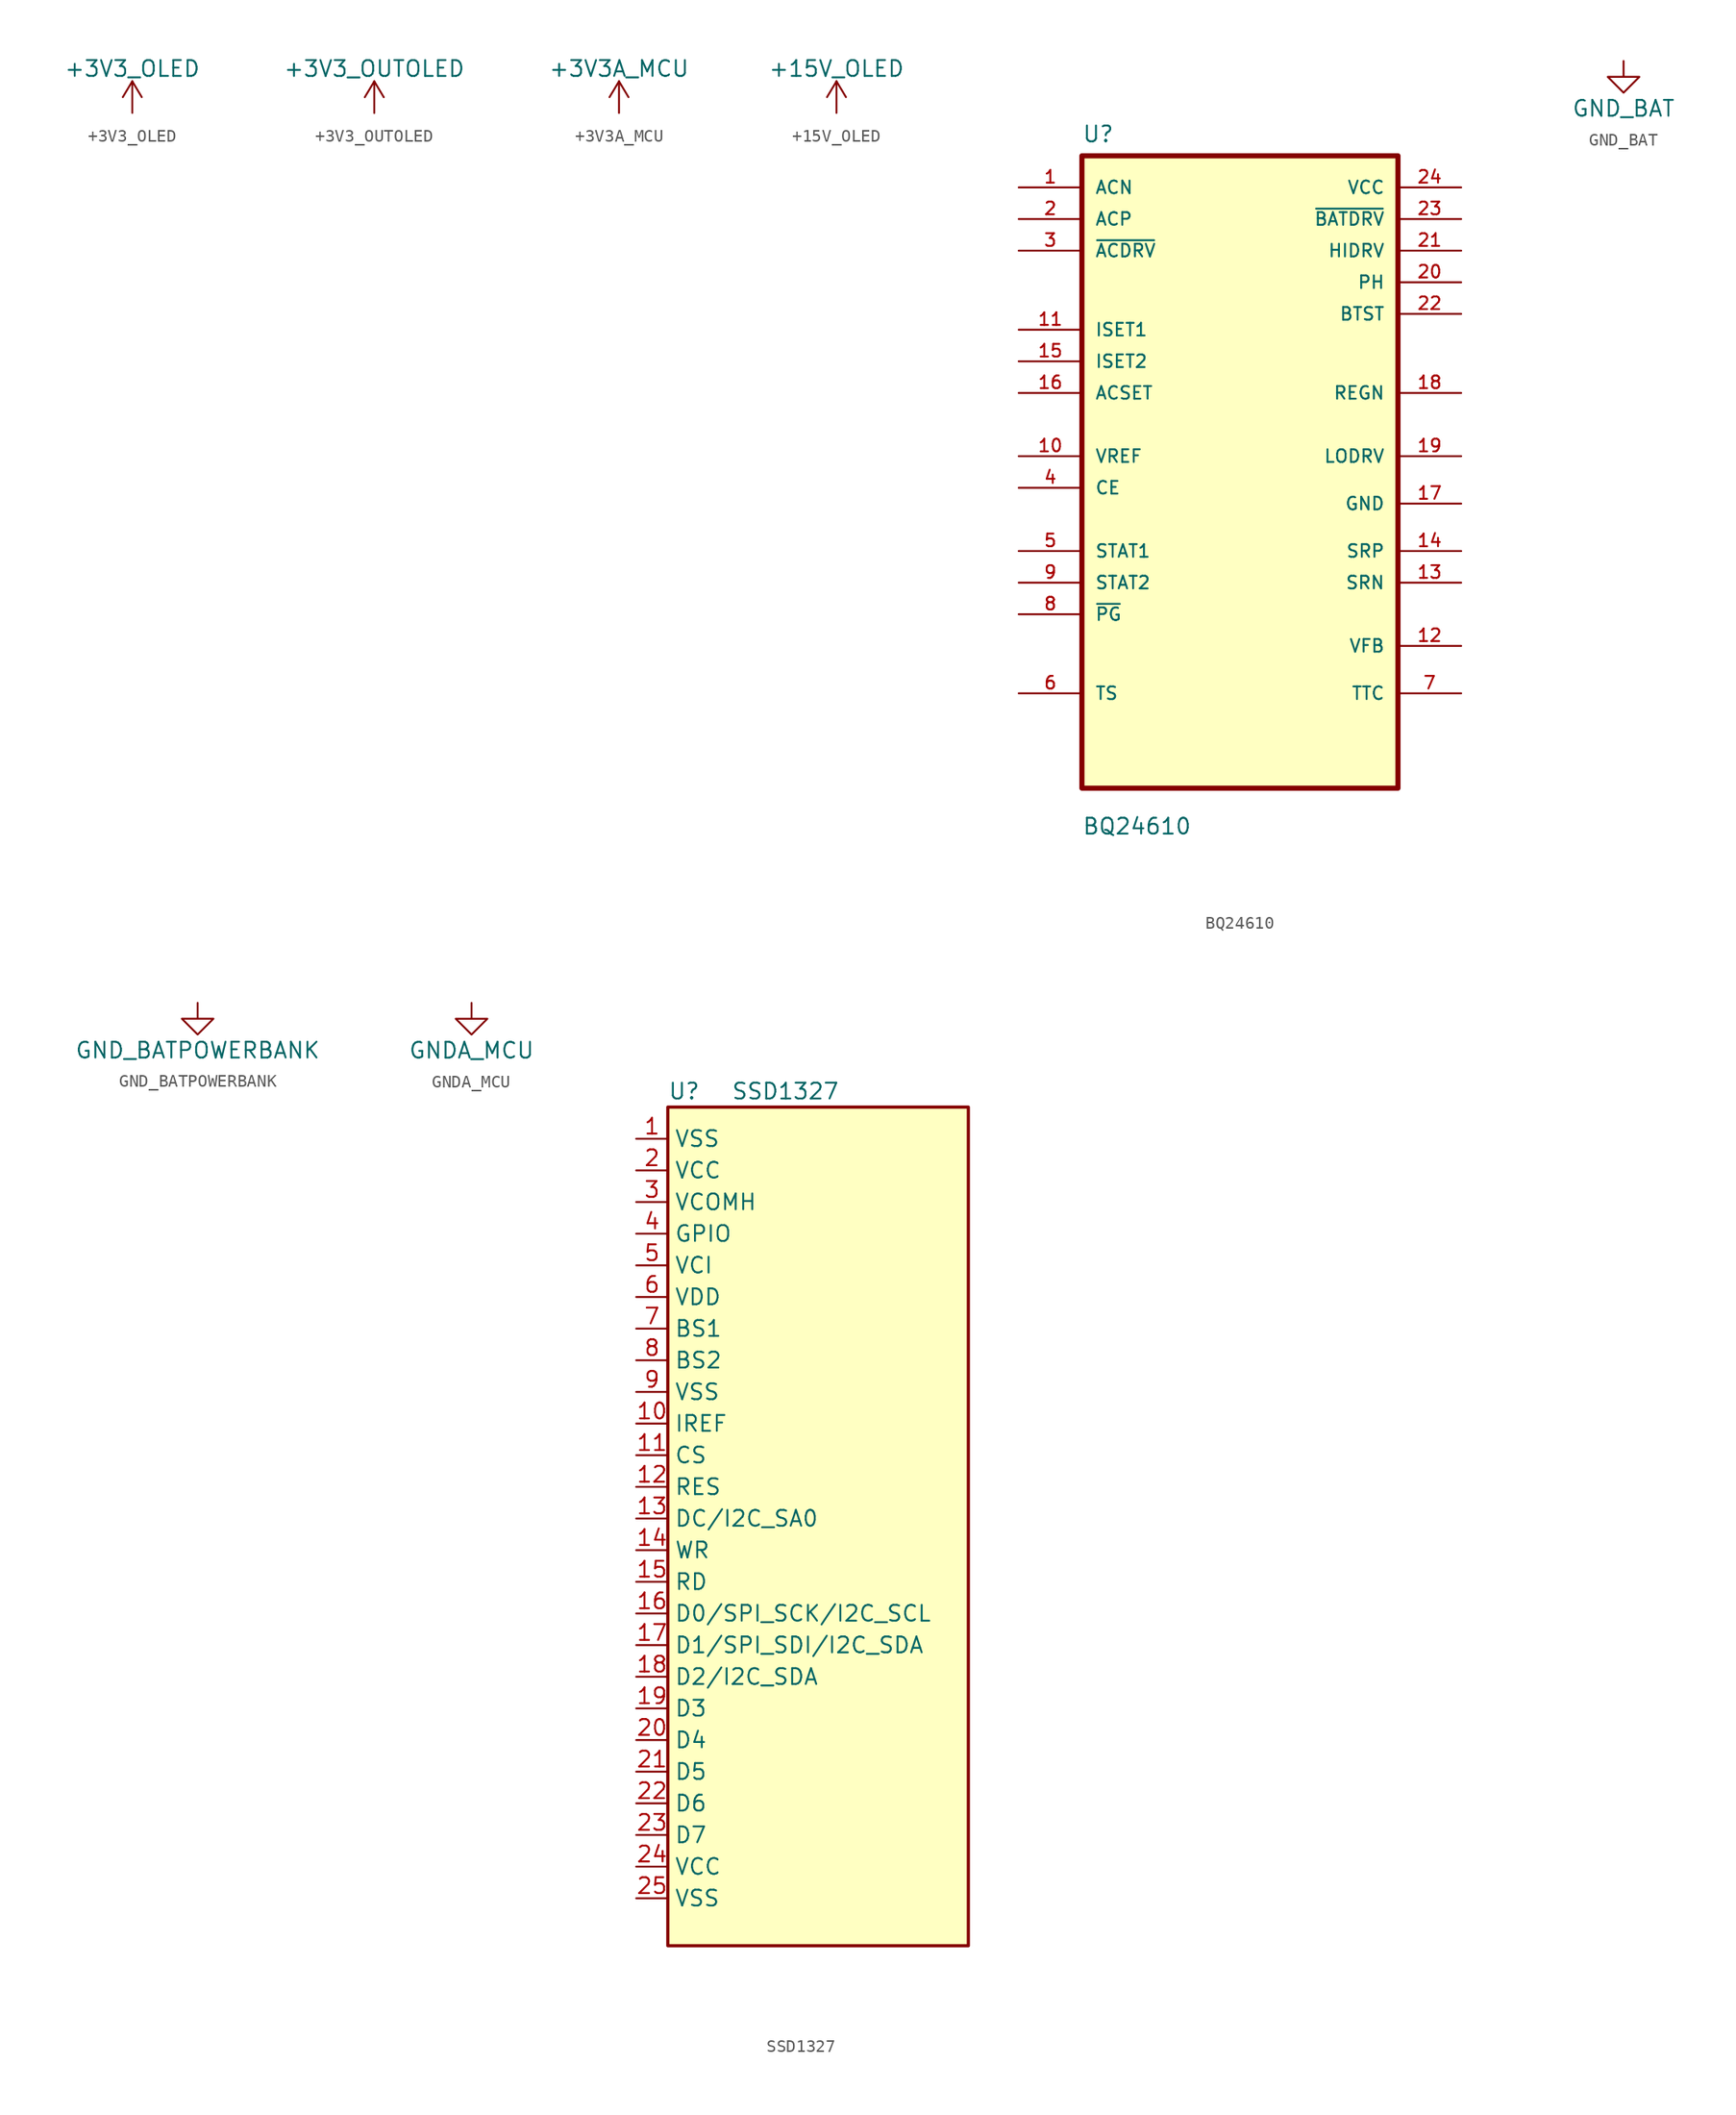
<source format=kicad_sym>
(kicad_symbol_lib
  (version 20220914)
  (generator kicad_symbol_editor)
  (symbol "+3V3_OLED"
    (power)
    (pin_names
      (offset 0))
    (property "Reference" "#PWR"
      (at 0 -3.81 0)
      (effects (font (size 1.27 1.27)) hide))
    (property "Value" "+3V3_OLED"
      (at 0 3.556 0)
      (effects (font (size 1.27 1.27))))
    (symbol "+3V3_OLED_0_1"
      (polyline (pts (xy -0.762 1.27) (xy 0 2.54)) (stroke (width 0) (type default)) (fill (type none)))
      (polyline (pts (xy 0 0) (xy 0 2.54)) (stroke (width 0) (type default)) (fill (type none)))
      (polyline (pts (xy 0 2.54) (xy 0.762 1.27)) (stroke (width 0) (type default)) (fill (type none))))
    (symbol "+3V3_OLED_1_1"
      (pin power_in line (at 0 0 90) (length 0) hide (name "+3V3_OLED" (effects (font (size 1.27 1.27)))) (number "1" (effects (font (size 1.27 1.27)))))))
  (symbol "+3V3_OUTOLED"
    (power)
    (pin_names
      (offset 0))
    (property "Reference" "#PWR"
      (at 0 -3.81 0)
      (effects (font (size 1.27 1.27)) hide))
    (property "Value" "+3V3_OUTOLED"
      (at 0 3.556 0)
      (effects (font (size 1.27 1.27))))
    (symbol "+3V3_OUTOLED_0_1"
      (polyline (pts (xy -0.762 1.27) (xy 0 2.54)) (stroke (width 0) (type default)) (fill (type none)))
      (polyline (pts (xy 0 0) (xy 0 2.54)) (stroke (width 0) (type default)) (fill (type none)))
      (polyline (pts (xy 0 2.54) (xy 0.762 1.27)) (stroke (width 0) (type default)) (fill (type none))))
    (symbol "+3V3_OUTOLED_1_1"
      (pin power_in line (at 0 0 90) (length 0) hide (name "+3V3_OUTOLED" (effects (font (size 1.27 1.27)))) (number "1" (effects (font (size 1.27 1.27)))))))
  (symbol "+3V3A_MCU"
    (power)
    (pin_names
      (offset 0))
    (property "Reference" "#PWR"
      (at 0 -3.81 0)
      (effects (font (size 1.27 1.27)) hide))
    (property "Value" "+3V3A_MCU"
      (at 0 3.556 0)
      (effects (font (size 1.27 1.27))))
    (symbol "+3V3A_MCU_0_1"
      (polyline (pts (xy -0.762 1.27) (xy 0 2.54)) (stroke (width 0) (type default)) (fill (type none)))
      (polyline (pts (xy 0 0) (xy 0 2.54)) (stroke (width 0) (type default)) (fill (type none)))
      (polyline (pts (xy 0 2.54) (xy 0.762 1.27)) (stroke (width 0) (type default)) (fill (type none))))
    (symbol "+3V3A_MCU_1_1"
      (pin power_in line (at 0 0 90) (length 0) hide (name "+3V3A_MCU" (effects (font (size 1.27 1.27)))) (number "1" (effects (font (size 1.27 1.27)))))))
  (symbol "+15V_OLED"
    (power)
    (pin_names
      (offset 0))
    (property "Reference" "#PWR"
      (at 0 -3.81 0)
      (effects (font (size 1.27 1.27)) hide))
    (property "Value" "+15V_OLED"
      (at 0 3.556 0)
      (effects (font (size 1.27 1.27))))
    (symbol "+15V_OLED_0_1"
      (polyline (pts (xy -0.762 1.27) (xy 0 2.54)) (stroke (width 0) (type default)) (fill (type none)))
      (polyline (pts (xy 0 0) (xy 0 2.54)) (stroke (width 0) (type default)) (fill (type none)))
      (polyline (pts (xy 0 2.54) (xy 0.762 1.27)) (stroke (width 0) (type default)) (fill (type none))))
    (symbol "+15V_OLED_1_1"
      (pin power_in line (at 0 0 90) (length 0) hide (name "+15V_OLED" (effects (font (size 1.27 1.27)))) (number "1" (effects (font (size 1.27 1.27)))))))
  (symbol "BQ24610"
    (pin_names
      (offset 1.016))
    (property "Reference" "U"
      (at 0 1 0)
      (effects (font (size 1.27 1.27)) (justify left bottom)))
    (property "Value" "BQ24610"
      (at 0 -54.61 0)
      (effects (font (size 1.27 1.27)) (justify left bottom)))
    (symbol "BQ24610_0_0"
      (rectangle (start 0 0) (end 25.4 -50.8) (stroke (width 0.41) (type default)) (fill (type background)))
      (pin bidirectional line (at -5.08 -2.54 0) (length 5.08) (name "ACN" (effects (font (size 1.016 1.016)))) (number "1" (effects (font (size 1.016 1.016)))))
      (pin output line (at -5.08 -24.13 0) (length 5.08) (name "VREF" (effects (font (size 1.016 1.016)))) (number "10" (effects (font (size 1.016 1.016)))))
      (pin input line (at -5.08 -13.97 0) (length 5.08) (name "ISET1" (effects (font (size 1.016 1.016)))) (number "11" (effects (font (size 1.016 1.016)))))
      (pin bidirectional line (at 30.48 -39.37 180) (length 5.08) (name "VFB" (effects (font (size 1.016 1.016)))) (number "12" (effects (font (size 1.016 1.016)))))
      (pin bidirectional line (at 30.48 -34.29 180) (length 5.08) (name "SRN" (effects (font (size 1.016 1.016)))) (number "13" (effects (font (size 1.016 1.016)))))
      (pin bidirectional line (at 30.48 -31.75 180) (length 5.08) (name "SRP" (effects (font (size 1.016 1.016)))) (number "14" (effects (font (size 1.016 1.016)))))
      (pin input line (at -5.08 -16.51 0) (length 5.08) (name "ISET2" (effects (font (size 1.016 1.016)))) (number "15" (effects (font (size 1.016 1.016)))))
      (pin input line (at -5.08 -19.05 0) (length 5.08) (name "ACSET" (effects (font (size 1.016 1.016)))) (number "16" (effects (font (size 1.016 1.016)))))
      (pin power_in line (at 30.48 -27.94 180) (length 5.08) (name "GND" (effects (font (size 1.016 1.016)))) (number "17" (effects (font (size 1.016 1.016)))))
      (pin output line (at 30.48 -19.05 180) (length 5.08) (name "REGN" (effects (font (size 1.016 1.016)))) (number "18" (effects (font (size 1.016 1.016)))))
      (pin output line (at 30.48 -24.13 180) (length 5.08) (name "LODRV" (effects (font (size 1.016 1.016)))) (number "19" (effects (font (size 1.016 1.016)))))
      (pin bidirectional line (at -5.08 -5.08 0) (length 5.08) (name "ACP" (effects (font (size 1.016 1.016)))) (number "2" (effects (font (size 1.016 1.016)))))
      (pin power_in line (at 30.48 -10.16 180) (length 5.08) (name "PH" (effects (font (size 1.016 1.016)))) (number "20" (effects (font (size 1.016 1.016)))))
      (pin output line (at 30.48 -7.62 180) (length 5.08) (name "HIDRV" (effects (font (size 1.016 1.016)))) (number "21" (effects (font (size 1.016 1.016)))))
      (pin power_in line (at 30.48 -12.7 180) (length 5.08) (name "BTST" (effects (font (size 1.016 1.016)))) (number "22" (effects (font (size 1.016 1.016)))))
      (pin output line (at 30.48 -5.08 180) (length 5.08) (name "~{BATDRV}" (effects (font (size 1.016 1.016)))) (number "23" (effects (font (size 1.016 1.016)))))
      (pin power_in line (at 30.48 -2.54 180) (length 5.08) (name "VCC" (effects (font (size 1.016 1.016)))) (number "24" (effects (font (size 1.016 1.016)))))
      (pin output line (at -5.08 -7.62 0) (length 5.08) (name "~{ACDRV}" (effects (font (size 1.016 1.016)))) (number "3" (effects (font (size 1.016 1.016)))))
      (pin input line (at -5.08 -26.67 0) (length 5.08) (name "CE" (effects (font (size 1.016 1.016)))) (number "4" (effects (font (size 1.016 1.016)))))
      (pin bidirectional line (at -5.08 -31.75 0) (length 5.08) (name "STAT1" (effects (font (size 1.016 1.016)))) (number "5" (effects (font (size 1.016 1.016)))))
      (pin input line (at -5.08 -43.18 0) (length 5.08) (name "TS" (effects (font (size 1.016 1.016)))) (number "6" (effects (font (size 1.016 1.016)))))
      (pin input line (at 30.48 -43.18 180) (length 5.08) (name "TTC" (effects (font (size 1.016 1.016)))) (number "7" (effects (font (size 1.016 1.016)))))
      (pin output line (at -5.08 -36.83 0) (length 5.08) (name "~{PG}" (effects (font (size 1.016 1.016)))) (number "8" (effects (font (size 1.016 1.016)))))
      (pin bidirectional line (at -5.08 -34.29 0) (length 5.08) (name "STAT2" (effects (font (size 1.016 1.016)))) (number "9" (effects (font (size 1.016 1.016)))))))
  (symbol "GND_BAT"
    (power)
    (pin_names
      (offset 0))
    (property "Reference" "#PWR"
      (at 0 -6.35 0)
      (effects (font (size 1.27 1.27)) hide))
    (property "Value" "GND_BAT"
      (at 0 -3.81 0)
      (effects (font (size 1.27 1.27))))
    (symbol "GND_BAT_0_1"
      (polyline (pts (xy 0 0) (xy 0 -1.27) (xy 1.27 -1.27) (xy 0 -2.54) (xy -1.27 -1.27) (xy 0 -1.27)) (stroke (width 0) (type default)) (fill (type none))))
    (symbol "GND_BAT_1_1"
      (pin power_in line (at 0 0 270) (length 0) hide (name "GND" (effects (font (size 1.27 1.27)))) (number "1" (effects (font (size 1.27 1.27)))))))
  (symbol "GND_BATPOWERBANK"
    (power)
    (pin_names
      (offset 0))
    (property "Reference" "#PWR"
      (at 0 -6.35 0)
      (effects (font (size 1.27 1.27)) hide))
    (property "Value" "GND_BATPOWERBANK"
      (at 0 -3.81 0)
      (effects (font (size 1.27 1.27))))
    (symbol "GND_BATPOWERBANK_0_1"
      (polyline (pts (xy 0 0) (xy 0 -1.27) (xy 1.27 -1.27) (xy 0 -2.54) (xy -1.27 -1.27) (xy 0 -1.27)) (stroke (width 0) (type default)) (fill (type none))))
    (symbol "GND_BATPOWERBANK_1_1"
      (pin power_in line (at 0 0 270) (length 0) hide (name "GND_BATPOWERBANK" (effects (font (size 1.27 1.27)))) (number "1" (effects (font (size 1.27 1.27)))))))
  (symbol "GNDA_MCU"
    (power)
    (pin_names
      (offset 0))
    (property "Reference" "#PWR"
      (at 0 -6.35 0)
      (effects (font (size 1.27 1.27)) hide))
    (property "Value" "GNDA_MCU"
      (at 0 -3.81 0)
      (effects (font (size 1.27 1.27))))
    (symbol "GNDA_MCU_0_1"
      (polyline (pts (xy 0 0) (xy 0 -1.27) (xy 1.27 -1.27) (xy 0 -2.54) (xy -1.27 -1.27) (xy 0 -1.27)) (stroke (width 0) (type default)) (fill (type none))))
    (symbol "GNDA_MCU_1_1"
      (pin power_in line (at 0 0 270) (length 0) hide (name "GNDA_MCU" (effects (font (size 1.27 1.27)))) (number "1" (effects (font (size 1.27 1.27)))))))
  (symbol "SSD1327"
    (property "Reference" "U"
      (at 0 1.27 0)
      (effects (font (size 1.27 1.27)) (justify left)))
    (property "Value" "SSD1327"
      (at 5.08 1.27 0)
      (effects (font (size 1.27 1.27)) (justify left)))
    (symbol "SSD1327_0_1"
      (rectangle (start 0 0) (end 24.13 -67.31) (stroke (width 0.254) (type default)) (fill (type background))))
    (symbol "SSD1327_1_0"
      (pin bidirectional line (at -2.54 -2.54 0) (length 2.54) (name "VSS" (effects (font (size 1.27 1.27)))) (number "1" (effects (font (size 1.27 1.27)))))
      (pin bidirectional line (at -2.54 -25.4 0) (length 2.54) (name "IREF" (effects (font (size 1.27 1.27)))) (number "10" (effects (font (size 1.27 1.27)))))
      (pin bidirectional line (at -2.54 -27.94 0) (length 2.54) (name "CS" (effects (font (size 1.27 1.27)))) (number "11" (effects (font (size 1.27 1.27)))))
      (pin bidirectional line (at -2.54 -30.48 0) (length 2.54) (name "RES" (effects (font (size 1.27 1.27)))) (number "12" (effects (font (size 1.27 1.27)))))
      (pin bidirectional line (at -2.54 -33.02 0) (length 2.54) (name "DC/I2C_SA0" (effects (font (size 1.27 1.27)))) (number "13" (effects (font (size 1.27 1.27)))))
      (pin bidirectional line (at -2.54 -35.56 0) (length 2.54) (name "WR" (effects (font (size 1.27 1.27)))) (number "14" (effects (font (size 1.27 1.27)))))
      (pin bidirectional line (at -2.54 -38.1 0) (length 2.54) (name "RD" (effects (font (size 1.27 1.27)))) (number "15" (effects (font (size 1.27 1.27)))))
      (pin bidirectional line (at -2.54 -40.64 0) (length 2.54) (name "D0/SPI_SCK/I2C_SCL" (effects (font (size 1.27 1.27)))) (number "16" (effects (font (size 1.27 1.27)))))
      (pin bidirectional line (at -2.54 -43.18 0) (length 2.54) (name "D1/SPI_SDI/I2C_SDA" (effects (font (size 1.27 1.27)))) (number "17" (effects (font (size 1.27 1.27)))))
      (pin bidirectional line (at -2.54 -45.72 0) (length 2.54) (name "D2/I2C_SDA" (effects (font (size 1.27 1.27)))) (number "18" (effects (font (size 1.27 1.27)))))
      (pin bidirectional line (at -2.54 -48.26 0) (length 2.54) (name "D3" (effects (font (size 1.27 1.27)))) (number "19" (effects (font (size 1.27 1.27)))))
      (pin bidirectional line (at -2.54 -5.08 0) (length 2.54) (name "VCC" (effects (font (size 1.27 1.27)))) (number "2" (effects (font (size 1.27 1.27)))))
      (pin bidirectional line (at -2.54 -50.8 0) (length 2.54) (name "D4" (effects (font (size 1.27 1.27)))) (number "20" (effects (font (size 1.27 1.27)))))
      (pin bidirectional line (at -2.54 -53.34 0) (length 2.54) (name "D5" (effects (font (size 1.27 1.27)))) (number "21" (effects (font (size 1.27 1.27)))))
      (pin bidirectional line (at -2.54 -55.88 0) (length 2.54) (name "D6" (effects (font (size 1.27 1.27)))) (number "22" (effects (font (size 1.27 1.27)))))
      (pin bidirectional line (at -2.54 -58.42 0) (length 2.54) (name "D7" (effects (font (size 1.27 1.27)))) (number "23" (effects (font (size 1.27 1.27)))))
      (pin bidirectional line (at -2.54 -60.96 0) (length 2.54) (name "VCC" (effects (font (size 1.27 1.27)))) (number "24" (effects (font (size 1.27 1.27)))))
      (pin bidirectional line (at -2.54 -63.5 0) (length 2.54) (name "VSS" (effects (font (size 1.27 1.27)))) (number "25" (effects (font (size 1.27 1.27)))))
      (pin bidirectional line (at -2.54 -7.62 0) (length 2.54) (name "VCOMH" (effects (font (size 1.27 1.27)))) (number "3" (effects (font (size 1.27 1.27)))))
      (pin bidirectional line (at -2.54 -10.16 0) (length 2.54) (name "GPIO" (effects (font (size 1.27 1.27)))) (number "4" (effects (font (size 1.27 1.27)))))
      (pin bidirectional line (at -2.54 -12.7 0) (length 2.54) (name "VCI" (effects (font (size 1.27 1.27)))) (number "5" (effects (font (size 1.27 1.27)))))
      (pin bidirectional line (at -2.54 -15.24 0) (length 2.54) (name "VDD" (effects (font (size 1.27 1.27)))) (number "6" (effects (font (size 1.27 1.27)))))
      (pin bidirectional line (at -2.54 -17.78 0) (length 2.54) (name "BS1" (effects (font (size 1.27 1.27)))) (number "7" (effects (font (size 1.27 1.27)))))
      (pin bidirectional line (at -2.54 -20.32 0) (length 2.54) (name "BS2" (effects (font (size 1.27 1.27)))) (number "8" (effects (font (size 1.27 1.27)))))
      (pin bidirectional line (at -2.54 -22.86 0) (length 2.54) (name "VSS" (effects (font (size 1.27 1.27)))) (number "9" (effects (font (size 1.27 1.27))))))))
</source>
